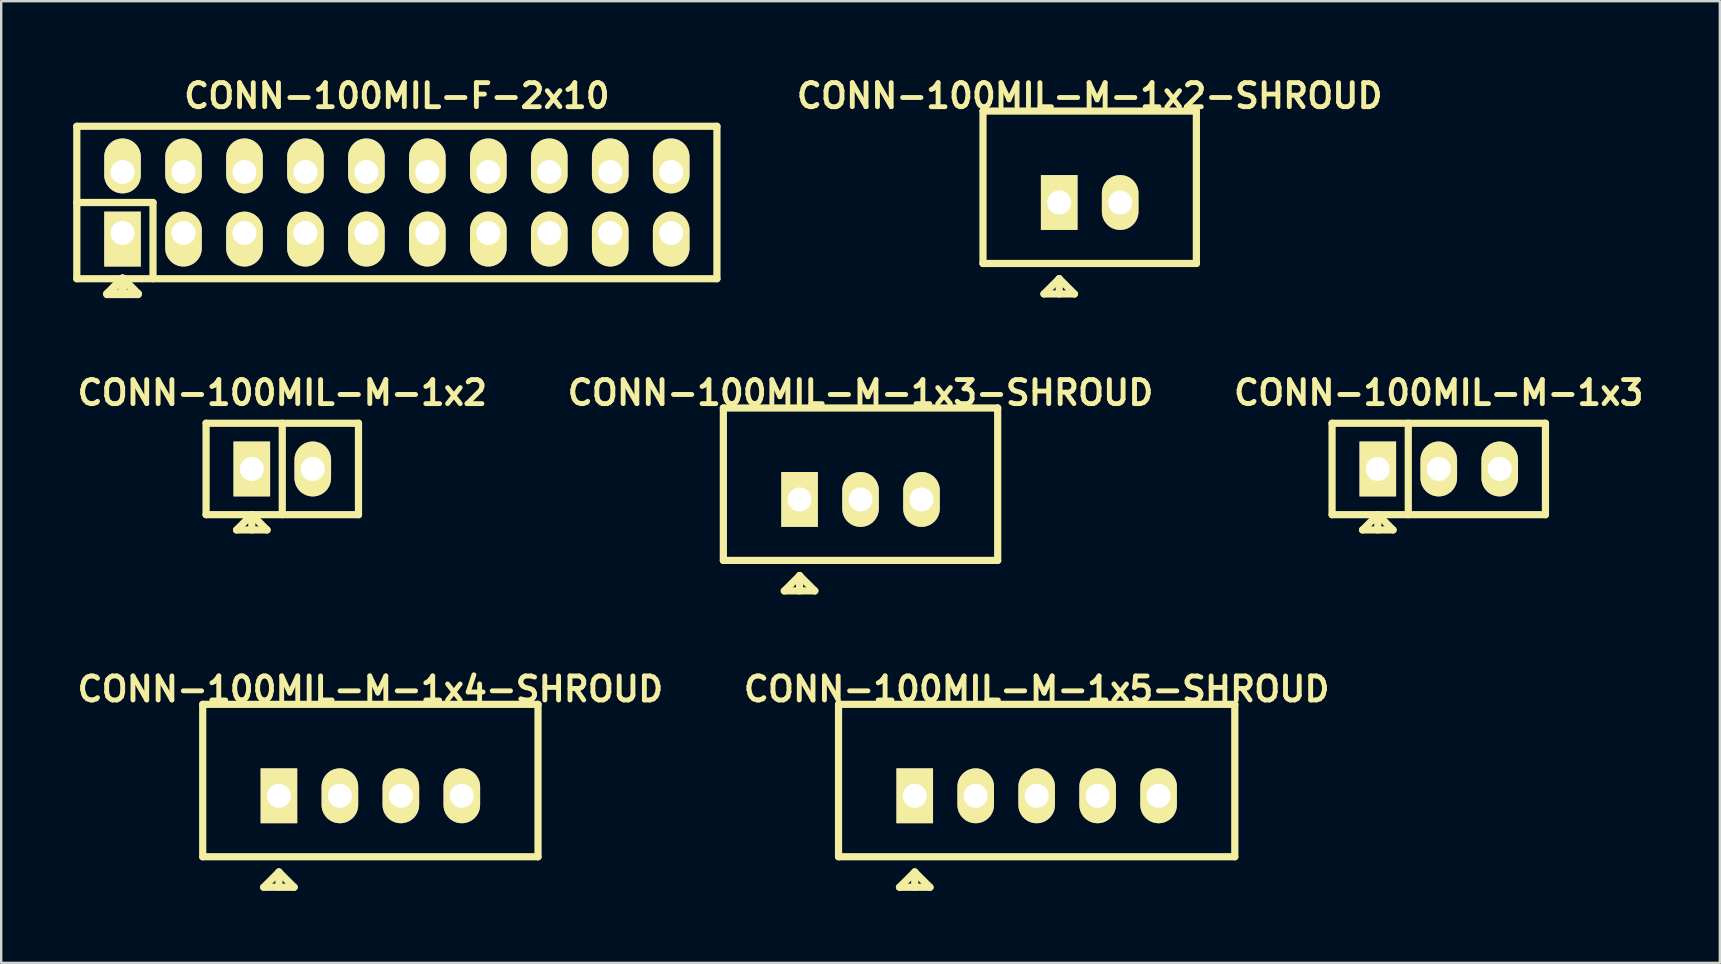
<source format=kicad_pcb>
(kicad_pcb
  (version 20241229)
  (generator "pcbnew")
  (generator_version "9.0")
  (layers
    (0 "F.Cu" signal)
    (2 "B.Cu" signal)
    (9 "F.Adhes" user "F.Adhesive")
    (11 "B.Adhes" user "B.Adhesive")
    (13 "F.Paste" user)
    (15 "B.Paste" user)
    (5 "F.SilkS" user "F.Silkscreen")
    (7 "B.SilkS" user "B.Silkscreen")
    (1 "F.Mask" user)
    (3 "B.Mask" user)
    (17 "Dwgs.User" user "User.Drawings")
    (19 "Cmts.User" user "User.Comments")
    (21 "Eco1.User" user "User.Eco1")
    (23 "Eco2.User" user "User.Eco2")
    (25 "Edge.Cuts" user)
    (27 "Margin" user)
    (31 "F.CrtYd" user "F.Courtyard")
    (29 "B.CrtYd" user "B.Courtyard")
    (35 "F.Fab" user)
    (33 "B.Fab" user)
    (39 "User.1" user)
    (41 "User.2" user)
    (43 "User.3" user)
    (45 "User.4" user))
  (footprint "CONN-100MIL-M-1x3-SHROUD"
    (layer "F.Cu")
    (at 32.803 17.759)
    (property "Reference" "CONN-100MIL-M-1x3-SHROUD" (at 0 -4.445 0) (layer "F.SilkS") (effects (font (size 1.001 1.001) (thickness 0.203))))
    (attr through_hole)
    (fp_line (start -5.715 2.54) (end -5.715 -3.81) (stroke (width 0.3) (type solid)) (layer "F.SilkS"))
    (fp_line (start -3.175 3.81) (end -1.905 3.81) (stroke (width 0.3) (type solid)) (layer "F.SilkS"))
    (fp_line (start -2.54 3.175) (end -3.175 3.81) (stroke (width 0.3) (type solid)) (layer "F.SilkS"))
    (fp_line (start -2.54 3.175) (end -2.54 3.81) (stroke (width 0.3) (type solid)) (layer "F.SilkS"))
    (fp_line (start -1.905 3.81) (end -2.54 3.175) (stroke (width 0.3) (type solid)) (layer "F.SilkS"))
    (fp_line (start 5.715 -3.81) (end -5.715 -3.81) (stroke (width 0.3) (type solid)) (layer "F.SilkS"))
    (fp_line (start 5.715 -3.81) (end 5.715 2.54) (stroke (width 0.3) (type solid)) (layer "F.SilkS"))
    (fp_line (start 5.715 2.54) (end -5.715 2.54) (stroke (width 0.3) (type solid)) (layer "F.SilkS"))
    (pad "1" thru_hole rect (at -2.54 0) (size 1.524 2.286) (drill 1) (layers "*.Cu" "*.Mask" "F.SilkS"))
    (pad "2" thru_hole oval (at 0 0) (size 1.524 2.286) (drill 1) (layers "*.Cu" "*.Mask" "F.SilkS"))
    (pad "3" thru_hole oval (at 2.54 0) (size 1.524 2.286) (drill 1) (layers "*.Cu" "*.Mask" "F.SilkS")))
  (footprint "CONN-100MIL-M-1x4-SHROUD"
    (layer "F.Cu")
    (at 12.381 30.106)
    (property "Reference" "CONN-100MIL-M-1x4-SHROUD" (at 0 -4.445 0) (layer "F.SilkS") (effects (font (size 1.001 1.001) (thickness 0.203))))
    (attr through_hole)
    (fp_line (start -6.985 2.54) (end -6.985 -3.81) (stroke (width 0.3) (type solid)) (layer "F.SilkS"))
    (fp_line (start -4.445 3.81) (end -3.175 3.81) (stroke (width 0.3) (type solid)) (layer "F.SilkS"))
    (fp_line (start -3.81 3.175) (end -4.445 3.81) (stroke (width 0.3) (type solid)) (layer "F.SilkS"))
    (fp_line (start -3.81 3.175) (end -3.81 3.81) (stroke (width 0.3) (type solid)) (layer "F.SilkS"))
    (fp_line (start -3.175 3.81) (end -3.81 3.175) (stroke (width 0.3) (type solid)) (layer "F.SilkS"))
    (fp_line (start 6.985 -3.81) (end -6.985 -3.81) (stroke (width 0.3) (type solid)) (layer "F.SilkS"))
    (fp_line (start 6.985 -3.81) (end 6.985 2.54) (stroke (width 0.3) (type solid)) (layer "F.SilkS"))
    (fp_line (start 6.985 2.54) (end -6.985 2.54) (stroke (width 0.3) (type solid)) (layer "F.SilkS"))
    (pad "1" thru_hole rect (at -3.81 0) (size 1.524 2.286) (drill 1) (layers "*.Cu" "*.Mask" "F.SilkS"))
    (pad "2" thru_hole oval (at -1.27 0) (size 1.524 2.286) (drill 1) (layers "*.Cu" "*.Mask" "F.SilkS"))
    (pad "3" thru_hole oval (at 1.27 0) (size 1.524 2.286) (drill 1) (layers "*.Cu" "*.Mask" "F.SilkS"))
    (pad "4" thru_hole oval (at 3.81 0) (size 1.524 2.286) (drill 1) (layers "*.Cu" "*.Mask" "F.SilkS")))
  (footprint "CONN-100MIL-F-2x10"
    (layer "F.Cu")
    (at 13.485 5.387)
    (property "Reference" "CONN-100MIL-F-2x10" (at 0 -4.445 0) (layer "F.SilkS") (effects (font (size 1.001 1.001) (thickness 0.203))))
    (attr through_hole)
    (fp_line (start -13.335 -3.175) (end 13.335 -3.175) (stroke (width 0.3) (type solid)) (layer "F.SilkS"))
    (fp_line (start -13.335 0) (end -10.16 0) (stroke (width 0.3) (type solid)) (layer "F.SilkS"))
    (fp_line (start -13.335 3.175) (end -13.335 -3.175) (stroke (width 0.3) (type solid)) (layer "F.SilkS"))
    (fp_line (start -12.065 3.81) (end -10.795 3.81) (stroke (width 0.35) (type solid)) (layer "F.SilkS"))
    (fp_line (start -11.43 3.175) (end -12.065 3.81) (stroke (width 0.35) (type solid)) (layer "F.SilkS"))
    (fp_line (start -11.43 3.175) (end -11.43 3.81) (stroke (width 0.35) (type solid)) (layer "F.SilkS"))
    (fp_line (start -10.795 3.81) (end -11.43 3.175) (stroke (width 0.35) (type solid)) (layer "F.SilkS"))
    (fp_line (start -10.16 0) (end -10.16 3.175) (stroke (width 0.3) (type solid)) (layer "F.SilkS"))
    (fp_line (start 13.335 -3.175) (end 13.335 3.175) (stroke (width 0.3) (type solid)) (layer "F.SilkS"))
    (fp_line (start 13.335 3.175) (end -13.335 3.175) (stroke (width 0.3) (type solid)) (layer "F.SilkS"))
    (pad "1" thru_hole rect (at -11.43 1.27) (size 1.524 2.286) (drill 1 (offset 0 0.254)) (layers "*.Cu" "*.Mask" "F.SilkS"))
    (pad "2" thru_hole oval (at -11.43 -1.27) (size 1.524 2.286) (drill 1 (offset 0 -0.254)) (layers "*.Cu" "*.Mask" "F.SilkS"))
    (pad "3" thru_hole oval (at -8.89 1.27) (size 1.524 2.286) (drill 1 (offset 0 0.254)) (layers "*.Cu" "*.Mask" "F.SilkS"))
    (pad "4" thru_hole oval (at -8.89 -1.27) (size 1.524 2.286) (drill 1 (offset 0 -0.254)) (layers "*.Cu" "*.Mask" "F.SilkS"))
    (pad "5" thru_hole oval (at -6.35 1.27) (size 1.524 2.286) (drill 1 (offset 0 0.254)) (layers "*.Cu" "*.Mask" "F.SilkS"))
    (pad "6" thru_hole oval (at -6.35 -1.27) (size 1.524 2.286) (drill 1 (offset 0 -0.254)) (layers "*.Cu" "*.Mask" "F.SilkS"))
    (pad "7" thru_hole oval (at -3.81 1.27) (size 1.524 2.286) (drill 1 (offset 0 0.254)) (layers "*.Cu" "*.Mask" "F.SilkS"))
    (pad "8" thru_hole oval (at -3.81 -1.27) (size 1.524 2.286) (drill 1 (offset 0 -0.254)) (layers "*.Cu" "*.Mask" "F.SilkS"))
    (pad "9" thru_hole oval (at -1.27 1.27) (size 1.524 2.286) (drill 1 (offset 0 0.254)) (layers "*.Cu" "*.Mask" "F.SilkS"))
    (pad "10" thru_hole oval (at -1.27 -1.27) (size 1.524 2.286) (drill 1 (offset 0 -0.254)) (layers "*.Cu" "*.Mask" "F.SilkS"))
    (pad "11" thru_hole oval (at 1.27 1.27) (size 1.524 2.286) (drill 1 (offset 0 0.254)) (layers "*.Cu" "*.Mask" "F.SilkS"))
    (pad "12" thru_hole oval (at 1.27 -1.27) (size 1.524 2.286) (drill 1 (offset 0 -0.254)) (layers "*.Cu" "*.Mask" "F.SilkS"))
    (pad "13" thru_hole oval (at 3.81 1.27) (size 1.524 2.286) (drill 1 (offset 0 0.254)) (layers "*.Cu" "*.Mask" "F.SilkS"))
    (pad "14" thru_hole oval (at 3.81 -1.27) (size 1.524 2.286) (drill 1 (offset 0 -0.254)) (layers "*.Cu" "*.Mask" "F.SilkS"))
    (pad "15" thru_hole oval (at 6.35 1.27) (size 1.524 2.286) (drill 1 (offset 0 0.254)) (layers "*.Cu" "*.Mask" "F.SilkS"))
    (pad "16" thru_hole oval (at 6.35 -1.27) (size 1.524 2.286) (drill 1 (offset 0 -0.254)) (layers "*.Cu" "*.Mask" "F.SilkS"))
    (pad "17" thru_hole oval (at 8.89 1.27) (size 1.524 2.286) (drill 1 (offset 0 0.254)) (layers "*.Cu" "*.Mask" "F.SilkS"))
    (pad "18" thru_hole oval (at 8.89 -1.27) (size 1.524 2.286) (drill 1 (offset 0 -0.254)) (layers "*.Cu" "*.Mask" "F.SilkS"))
    (pad "19" thru_hole oval (at 11.43 1.27) (size 1.524 2.286) (drill 1 (offset 0 0.254)) (layers "*.Cu" "*.Mask" "F.SilkS"))
    (pad "20" thru_hole oval (at 11.43 -1.27) (size 1.524 2.286) (drill 1 (offset 0 -0.254)) (layers "*.Cu" "*.Mask" "F.SilkS")))
  (footprint "CONN-100MIL-M-1x2-SHROUD"
    (layer "F.Cu")
    (at 42.351 5.387)
    (property "Reference" "CONN-100MIL-M-1x2-SHROUD" (at 0 -4.445 0) (layer "F.SilkS") (effects (font (size 1.001 1.001) (thickness 0.203))))
    (attr through_hole)
    (fp_line (start -4.445 -3.81) (end 4.445 -3.81) (stroke (width 0.3) (type solid)) (layer "F.SilkS"))
    (fp_line (start -4.445 2.54) (end -4.445 -3.81) (stroke (width 0.3) (type solid)) (layer "F.SilkS"))
    (fp_line (start -1.905 3.81) (end -0.635 3.81) (stroke (width 0.3) (type solid)) (layer "F.SilkS"))
    (fp_line (start -1.27 3.175) (end -1.905 3.81) (stroke (width 0.3) (type solid)) (layer "F.SilkS"))
    (fp_line (start -1.27 3.175) (end -1.27 3.81) (stroke (width 0.3) (type solid)) (layer "F.SilkS"))
    (fp_line (start -0.635 3.81) (end -1.27 3.175) (stroke (width 0.3) (type solid)) (layer "F.SilkS"))
    (fp_line (start 4.445 -3.81) (end 4.445 2.54) (stroke (width 0.3) (type solid)) (layer "F.SilkS"))
    (fp_line (start 4.445 2.54) (end -4.445 2.54) (stroke (width 0.3) (type solid)) (layer "F.SilkS"))
    (pad "1" thru_hole rect (at -1.27 0) (size 1.524 2.286) (drill 1) (layers "*.Cu" "*.Mask" "F.SilkS"))
    (pad "2" thru_hole oval (at 1.27 0) (size 1.524 2.286) (drill 1) (layers "*.Cu" "*.Mask" "F.SilkS")))
  (footprint "CONN-100MIL-M-1x2"
    (layer "F.Cu")
    (at 8.711 16.489)
    (property "Reference" "CONN-100MIL-M-1x2" (at 0 -3.175 0) (layer "F.SilkS") (effects (font (size 1.001 1.001) (thickness 0.203))))
    (attr through_hole)
    (fp_line (start -3.175 -1.905) (end 3.175 -1.905) (stroke (width 0.3) (type solid)) (layer "F.SilkS"))
    (fp_line (start -3.175 1.905) (end -3.175 -1.905) (stroke (width 0.3) (type solid)) (layer "F.SilkS"))
    (fp_line (start -1.905 2.54) (end -0.635 2.54) (stroke (width 0.3) (type solid)) (layer "F.SilkS"))
    (fp_line (start -1.27 1.905) (end -1.905 2.54) (stroke (width 0.3) (type solid)) (layer "F.SilkS"))
    (fp_line (start -1.27 1.905) (end -1.27 2.54) (stroke (width 0.3) (type solid)) (layer "F.SilkS"))
    (fp_line (start -0.635 2.54) (end -1.27 1.905) (stroke (width 0.3) (type solid)) (layer "F.SilkS"))
    (fp_line (start 0 -1.905) (end 0 1.905) (stroke (width 0.3) (type solid)) (layer "F.SilkS"))
    (fp_line (start 3.175 -1.905) (end 3.175 1.905) (stroke (width 0.3) (type solid)) (layer "F.SilkS"))
    (fp_line (start 3.175 1.905) (end -3.175 1.905) (stroke (width 0.3) (type solid)) (layer "F.SilkS"))
    (pad "1" thru_hole rect (at -1.27 0) (size 1.524 2.286) (drill 1) (layers "*.Cu" "*.Mask" "F.SilkS"))
    (pad "2" thru_hole oval (at 1.27 0) (size 1.524 2.286) (drill 1) (layers "*.Cu" "*.Mask" "F.SilkS")))
  (footprint "CONN-100MIL-M-1x5-SHROUD"
    (layer "F.Cu")
    (at 40.142 30.106)
    (property "Reference" "CONN-100MIL-M-1x5-SHROUD" (at 0 -4.445 0) (layer "F.SilkS") (effects (font (size 1.001 1.001) (thickness 0.203))))
    (attr through_hole)
    (fp_line (start -8.255 2.54) (end -8.255 -3.81) (stroke (width 0.3) (type solid)) (layer "F.SilkS"))
    (fp_line (start -5.715 3.81) (end -4.445 3.81) (stroke (width 0.3) (type solid)) (layer "F.SilkS"))
    (fp_line (start -5.08 3.175) (end -5.715 3.81) (stroke (width 0.3) (type solid)) (layer "F.SilkS"))
    (fp_line (start -5.08 3.175) (end -5.08 3.81) (stroke (width 0.3) (type solid)) (layer "F.SilkS"))
    (fp_line (start -4.445 3.81) (end -5.08 3.175) (stroke (width 0.3) (type solid)) (layer "F.SilkS"))
    (fp_line (start 8.255 -3.81) (end -8.255 -3.81) (stroke (width 0.3) (type solid)) (layer "F.SilkS"))
    (fp_line (start 8.255 -3.81) (end 8.255 2.54) (stroke (width 0.3) (type solid)) (layer "F.SilkS"))
    (fp_line (start 8.255 2.54) (end -8.255 2.54) (stroke (width 0.3) (type solid)) (layer "F.SilkS"))
    (pad "1" thru_hole rect (at -5.08 0) (size 1.524 2.286) (drill 1) (layers "*.Cu" "*.Mask" "F.SilkS"))
    (pad "2" thru_hole oval (at -2.54 0) (size 1.524 2.286) (drill 1) (layers "*.Cu" "*.Mask" "F.SilkS"))
    (pad "3" thru_hole oval (at 0 0) (size 1.524 2.286) (drill 1) (layers "*.Cu" "*.Mask" "F.SilkS"))
    (pad "4" thru_hole oval (at 2.54 0) (size 1.524 2.286) (drill 1) (layers "*.Cu" "*.Mask" "F.SilkS"))
    (pad "5" thru_hole oval (at 5.08 0) (size 1.524 2.286) (drill 1) (layers "*.Cu" "*.Mask" "F.SilkS")))
  (footprint "CONN-100MIL-M-1x3"
    (layer "F.Cu")
    (at 56.895 16.489)
    (property "Reference" "CONN-100MIL-M-1x3" (at 0 -3.175 0) (layer "F.SilkS") (effects (font (size 1.001 1.001) (thickness 0.203))))
    (attr through_hole)
    (fp_line (start -4.445 -1.905) (end 4.445 -1.905) (stroke (width 0.3) (type solid)) (layer "F.SilkS"))
    (fp_line (start -4.445 1.905) (end -4.445 -1.905) (stroke (width 0.3) (type solid)) (layer "F.SilkS"))
    (fp_line (start -3.175 2.54) (end -1.905 2.54) (stroke (width 0.3) (type solid)) (layer "F.SilkS"))
    (fp_line (start -2.54 1.905) (end -3.175 2.54) (stroke (width 0.3) (type solid)) (layer "F.SilkS"))
    (fp_line (start -2.54 1.905) (end -2.54 2.54) (stroke (width 0.3) (type solid)) (layer "F.SilkS"))
    (fp_line (start -1.905 2.54) (end -2.54 1.905) (stroke (width 0.3) (type solid)) (layer "F.SilkS"))
    (fp_line (start -1.27 -1.905) (end -1.27 1.905) (stroke (width 0.3) (type solid)) (layer "F.SilkS"))
    (fp_line (start 4.445 -1.905) (end 4.445 1.905) (stroke (width 0.3) (type solid)) (layer "F.SilkS"))
    (fp_line (start 4.445 1.905) (end -4.445 1.905) (stroke (width 0.3) (type solid)) (layer "F.SilkS"))
    (pad "1" thru_hole rect (at -2.54 0) (size 1.524 2.286) (drill 1) (layers "*.Cu" "*.Mask" "F.SilkS"))
    (pad "2" thru_hole oval (at 0 0) (size 1.524 2.286) (drill 1) (layers "*.Cu" "*.Mask" "F.SilkS"))
    (pad "3" thru_hole oval (at 2.54 0) (size 1.524 2.286) (drill 1) (layers "*.Cu" "*.Mask" "F.SilkS")))
  (gr_rect
    (start -3 -3)
    (end 68.606 37.066)
    (stroke (width 0.1) (type default))
    (fill no)
    (layer "Edge.Cuts")))
</source>
